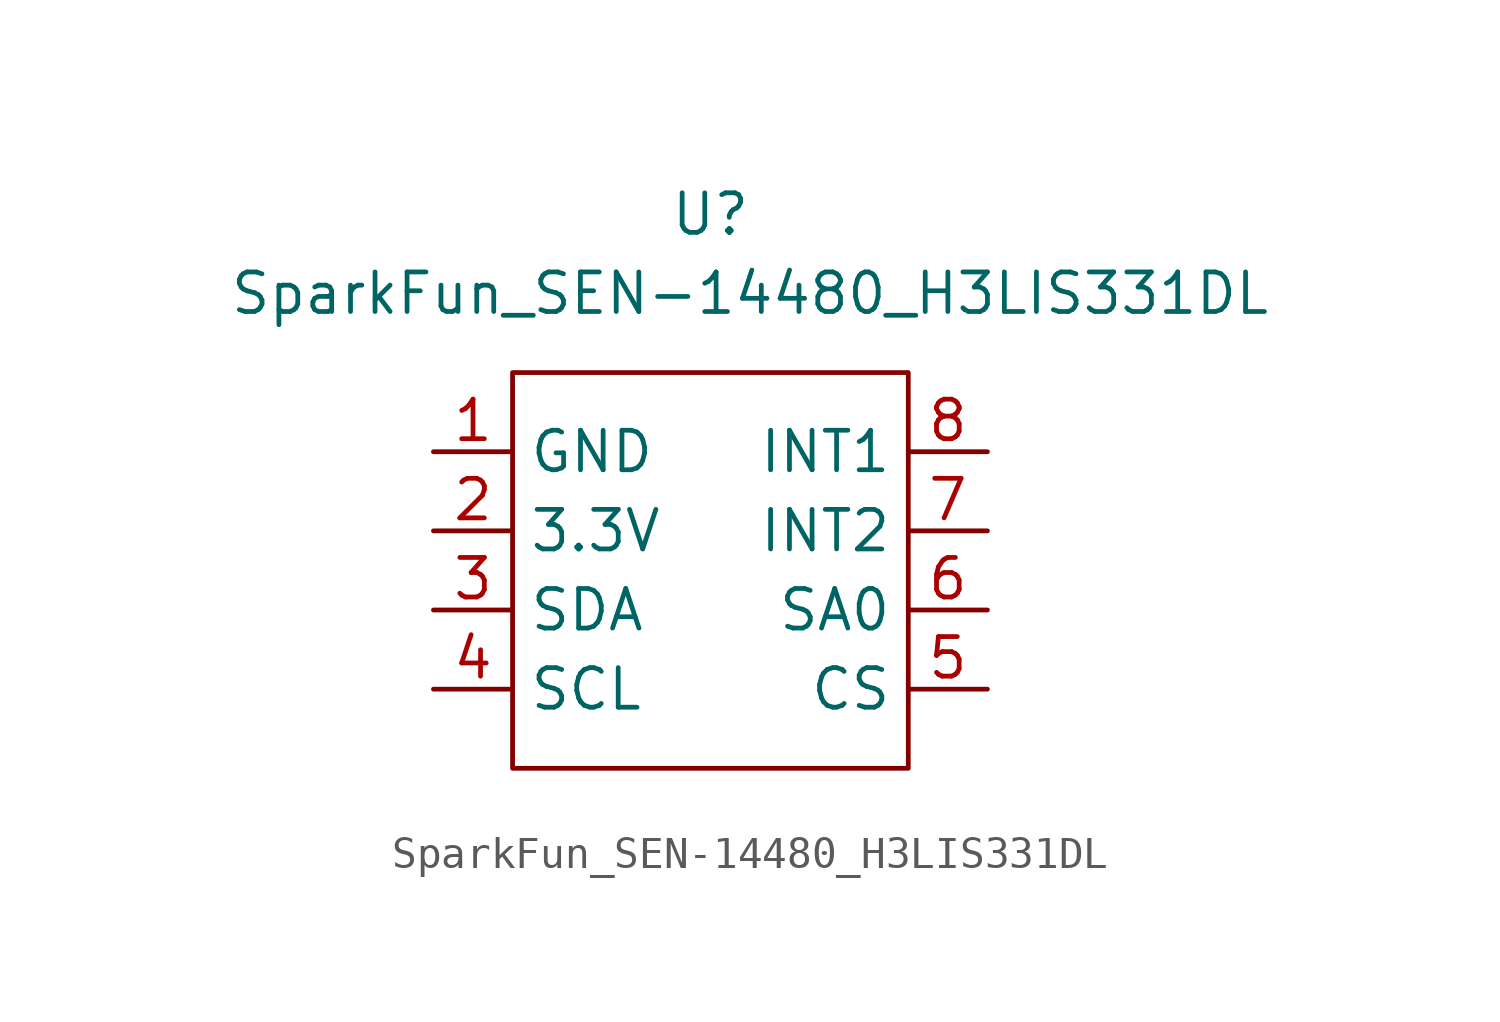
<source format=kicad_sym>
(kicad_symbol_lib
  (version 20211014)
  (generator kicad_symbol_editor)
  (symbol "SparkFun_SEN-14480_H3LIS331DL"
    (property "Reference" "U"
      (at 0 11.43 0)
      (effects (font (size 1.27 1.27))))
    (property "Value" "SparkFun_SEN-14480_H3LIS331DL"
      (at 1.27 8.89 0)
      (effects (font (size 1.27 1.27))))
    (symbol "SparkFun_SEN-14480_H3LIS331DL_0_1"
      (rectangle (start -6.35 6.35) (end 6.35 -6.35) (stroke (width 0) (type default) (color 0 0 0 0)) (fill (type none))))
    (symbol "SparkFun_SEN-14480_H3LIS331DL_1_1"
      (pin input line (at -8.89 3.81 0) (length 2.54) (name "GND" (effects (font (size 1.27 1.27)))) (number "1" (effects (font (size 1.27 1.27)))))
      (pin input line (at -8.89 1.27 0) (length 2.54) (name "3.3V" (effects (font (size 1.27 1.27)))) (number "2" (effects (font (size 1.27 1.27)))))
      (pin input line (at -8.89 -1.27 0) (length 2.54) (name "SDA" (effects (font (size 1.27 1.27)))) (number "3" (effects (font (size 1.27 1.27)))))
      (pin input line (at -8.89 -3.81 0) (length 2.54) (name "SCL" (effects (font (size 1.27 1.27)))) (number "4" (effects (font (size 1.27 1.27)))))
      (pin input line (at 8.89 -3.81 180) (length 2.54) (name "CS" (effects (font (size 1.27 1.27)))) (number "5" (effects (font (size 1.27 1.27)))))
      (pin input line (at 8.89 -1.27 180) (length 2.54) (name "SA0" (effects (font (size 1.27 1.27)))) (number "6" (effects (font (size 1.27 1.27)))))
      (pin input line (at 8.89 1.27 180) (length 2.54) (name "INT2" (effects (font (size 1.27 1.27)))) (number "7" (effects (font (size 1.27 1.27)))))
      (pin input line (at 8.89 3.81 180) (length 2.54) (name "INT1" (effects (font (size 1.27 1.27)))) (number "8" (effects (font (size 1.27 1.27))))))))
</source>
